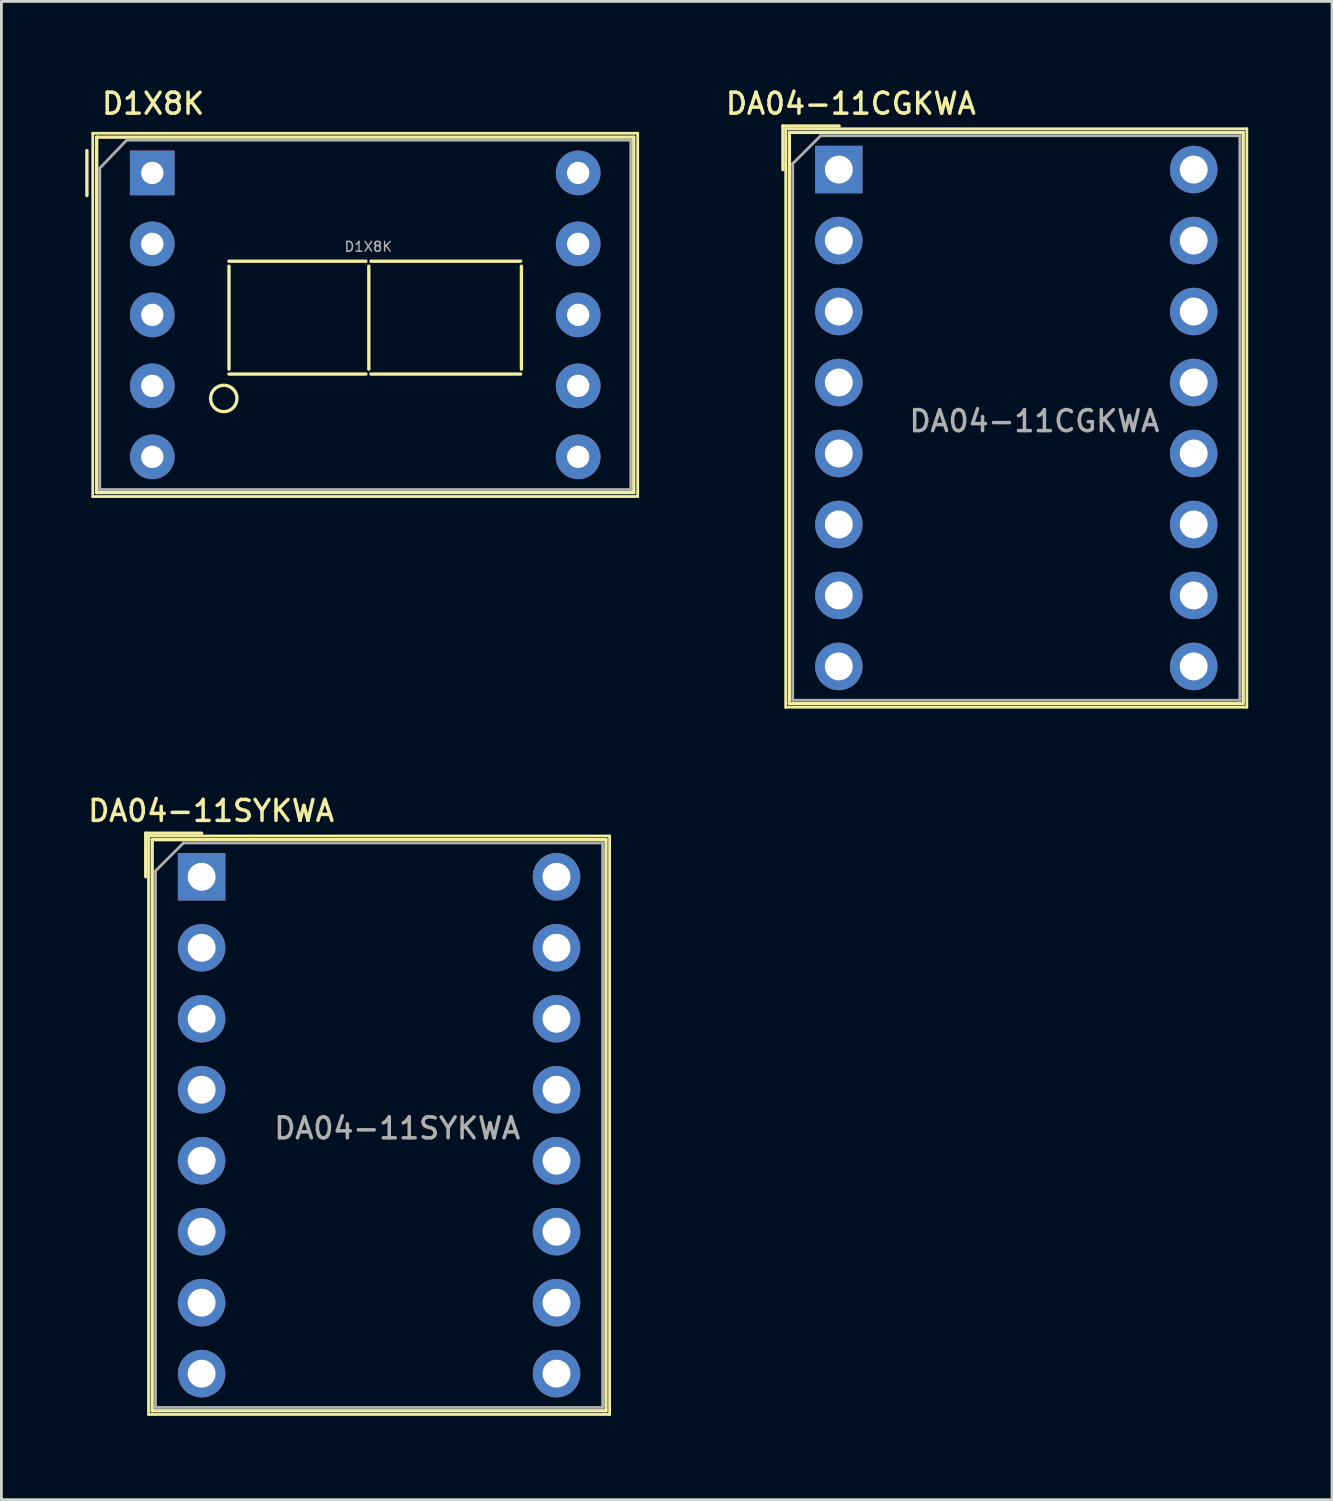
<source format=kicad_pcb>
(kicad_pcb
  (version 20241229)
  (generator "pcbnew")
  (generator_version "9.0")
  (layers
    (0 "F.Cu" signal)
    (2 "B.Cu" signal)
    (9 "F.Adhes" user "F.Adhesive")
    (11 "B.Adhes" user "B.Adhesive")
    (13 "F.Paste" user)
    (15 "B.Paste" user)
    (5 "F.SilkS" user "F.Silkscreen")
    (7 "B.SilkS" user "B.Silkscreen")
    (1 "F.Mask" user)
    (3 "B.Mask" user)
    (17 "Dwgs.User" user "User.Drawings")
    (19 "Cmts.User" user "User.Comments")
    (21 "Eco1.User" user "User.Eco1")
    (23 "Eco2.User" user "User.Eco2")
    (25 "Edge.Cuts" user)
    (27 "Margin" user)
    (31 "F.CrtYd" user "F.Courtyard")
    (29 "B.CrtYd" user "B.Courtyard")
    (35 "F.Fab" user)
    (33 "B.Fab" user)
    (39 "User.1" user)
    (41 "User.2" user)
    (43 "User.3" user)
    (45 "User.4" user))
  (footprint "DA04-11CGKWA"
    (layer "F.Cu")
    (at 26.967 3.018)
    (property "Reference" "DA04-11CGKWA" (at 0.43 -2.36 0) (layer "F.SilkS") (effects (font (size 0.75 0.75) (thickness 0.125))))
    (attr through_hole)
    (fp_line (start -2 -1.56) (end -2 0) (stroke (width 0.12) (type solid)) (layer "F.SilkS"))
    (fp_line (start -2 -1.56) (end 0.01 -1.56) (stroke (width 0.12) (type solid)) (layer "F.SilkS"))
    (fp_line (start -1.9 -1.46) (end 14.6 -1.46) (stroke (width 0.1) (type solid)) (layer "F.SilkS"))
    (fp_line (start -1.9 19.24) (end -1.9 -1.46) (stroke (width 0.1) (type solid)) (layer "F.SilkS"))
    (fp_line (start -1.77 -1.33) (end 14.47 -1.33) (stroke (width 0.12) (type solid)) (layer "F.SilkS"))
    (fp_line (start -1.77 19.11) (end -1.77 -1.33) (stroke (width 0.12) (type solid)) (layer "F.SilkS"))
    (fp_line (start 14.47 -1.33) (end 14.47 19.11) (stroke (width 0.12) (type solid)) (layer "F.SilkS"))
    (fp_line (start 14.47 19.11) (end -1.77 19.11) (stroke (width 0.12) (type solid)) (layer "F.SilkS"))
    (fp_line (start 14.6 -1.46) (end 14.6 19.24) (stroke (width 0.1) (type solid)) (layer "F.SilkS"))
    (fp_line (start 14.6 19.24) (end -1.9 19.24) (stroke (width 0.1) (type solid)) (layer "F.SilkS"))
    (fp_line (start -1.65 -0.21) (end -0.65 -1.21) (stroke (width 0.1) (type solid)) (layer "F.Fab"))
    (fp_line (start -1.65 18.99) (end -1.65 -0.21) (stroke (width 0.1) (type solid)) (layer "F.Fab"))
    (fp_line (start -0.65 -1.21) (end 14.35 -1.21) (stroke (width 0.1) (type solid)) (layer "F.Fab"))
    (fp_line (start 14.35 -1.21) (end 14.35 18.99) (stroke (width 0.1) (type solid)) (layer "F.Fab"))
    (fp_line (start 14.35 18.99) (end -1.65 18.99) (stroke (width 0.1) (type solid)) (layer "F.Fab"))
    (fp_text user "${REFERENCE}" (at 7 9 0) (layer "F.Fab") (effects (font (size 0.75 0.75) (thickness 0.125))))
    (pad "1" thru_hole rect (at 0 0) (size 1.7 1.7) (drill 1) (layers "*.Cu" "*.Mask"))
    (pad "2" thru_hole circle (at 0 2.54) (size 1.7 1.7) (drill 1) (layers "*.Cu" "*.Mask"))
    (pad "3" thru_hole circle (at 0 5.08) (size 1.7 1.7) (drill 1) (layers "*.Cu" "*.Mask"))
    (pad "4" thru_hole circle (at 0 7.62) (size 1.7 1.7) (drill 1) (layers "*.Cu" "*.Mask"))
    (pad "5" thru_hole circle (at 0 10.16) (size 1.7 1.7) (drill 1) (layers "*.Cu" "*.Mask"))
    (pad "6" thru_hole circle (at 0 12.7) (size 1.7 1.7) (drill 1) (layers "*.Cu" "*.Mask"))
    (pad "7" thru_hole circle (at 0 15.24) (size 1.7 1.7) (drill 1) (layers "*.Cu" "*.Mask"))
    (pad "8" thru_hole circle (at 0 17.78) (size 1.7 1.7) (drill 1) (layers "*.Cu" "*.Mask"))
    (pad "9" thru_hole circle (at 12.7 17.78) (size 1.7 1.7) (drill 1) (layers "*.Cu" "*.Mask"))
    (pad "10" thru_hole circle (at 12.7 15.24) (size 1.7 1.7) (drill 1) (layers "*.Cu" "*.Mask"))
    (pad "11" thru_hole circle (at 12.7 12.7) (size 1.7 1.7) (drill 1) (layers "*.Cu" "*.Mask"))
    (pad "12" thru_hole circle (at 12.7 10.16) (size 1.7 1.7) (drill 1) (layers "*.Cu" "*.Mask"))
    (pad "13" thru_hole circle (at 12.7 7.62) (size 1.7 1.7) (drill 1) (layers "*.Cu" "*.Mask"))
    (pad "14" thru_hole circle (at 12.7 5.08) (size 1.7 1.7) (drill 1) (layers "*.Cu" "*.Mask"))
    (pad "15" thru_hole circle (at 12.7 2.54) (size 1.7 1.7) (drill 1) (layers "*.Cu" "*.Mask"))
    (pad "16" thru_hole circle (at 12.7 0) (size 1.7 1.7) (drill 1) (layers "*.Cu" "*.Mask")))
  (footprint "D1X8K"
    (layer "F.Cu")
    (at 2.4 3.138)
    (property "Reference" "D1X8K" (at 0.03 -2.48 0) (layer "F.SilkS") (effects (font (size 0.75 0.75) (thickness 0.125))))
    (attr through_hole)
    (fp_line (start -2.34 -0.8) (end -2.34 0.81) (stroke (width 0.12) (type solid)) (layer "F.SilkS"))
    (fp_line (start -2.13 -1.42) (end -2.13 11.58) (stroke (width 0.1) (type solid)) (layer "F.SilkS"))
    (fp_line (start -1.99 -1.28) (end -1.99 11.44) (stroke (width 0.12) (type solid)) (layer "F.SilkS"))
    (fp_line (start 2.744 3.337) (end 2.744 7.02) (stroke (width 0.12) (type solid)) (layer "F.SilkS"))
    (fp_line (start 7.646 3.159) (end 2.744 3.159) (stroke (width 0.12) (type solid)) (layer "F.SilkS"))
    (fp_line (start 7.646 7.198) (end 2.744 7.198) (stroke (width 0.12) (type solid)) (layer "F.SilkS"))
    (fp_line (start 7.748 3.337) (end 7.748 7.02) (stroke (width 0.12) (type solid)) (layer "F.SilkS"))
    (fp_line (start 13.183 3.159) (end 7.824 3.159) (stroke (width 0.12) (type solid)) (layer "F.SilkS"))
    (fp_line (start 13.183 7.198) (end 7.824 7.198) (stroke (width 0.12) (type solid)) (layer "F.SilkS"))
    (fp_line (start 13.209 3.337) (end 13.209 7.02) (stroke (width 0.12) (type solid)) (layer "F.SilkS"))
    (fp_line (start 17.23 -1.28) (end -1.99 -1.28) (stroke (width 0.12) (type solid)) (layer "F.SilkS"))
    (fp_line (start 17.23 -1.28) (end 17.23 11.44) (stroke (width 0.12) (type solid)) (layer "F.SilkS"))
    (fp_line (start 17.23 11.44) (end -1.99 11.44) (stroke (width 0.12) (type solid)) (layer "F.SilkS"))
    (fp_line (start 17.37 -1.42) (end -2.13 -1.42) (stroke (width 0.1) (type solid)) (layer "F.SilkS"))
    (fp_line (start 17.37 -1.42) (end 17.37 11.58) (stroke (width 0.1) (type solid)) (layer "F.SilkS"))
    (fp_line (start 17.37 11.58) (end -2.13 11.58) (stroke (width 0.1) (type solid)) (layer "F.SilkS"))
    (fp_circle (center 2.558 8.07) (end 2.837 7.689) (stroke (width 0.12) (type solid)) (fill no) (layer "F.SilkS"))
    (fp_line (start -1.88 -0.17) (end -1.88 11.33) (stroke (width 0.1) (type solid)) (layer "F.Fab"))
    (fp_line (start -0.92 -1.17) (end -1.88 -0.17) (stroke (width 0.1) (type solid)) (layer "F.Fab"))
    (fp_line (start 17.12 -1.17) (end -0.92 -1.17) (stroke (width 0.1) (type solid)) (layer "F.Fab"))
    (fp_line (start 17.12 -1.17) (end 17.12 11.33) (stroke (width 0.1) (type solid)) (layer "F.Fab"))
    (fp_line (start 17.12 11.33) (end -1.88 11.33) (stroke (width 0.1) (type solid)) (layer "F.Fab"))
    (fp_text user "${REFERENCE}" (at 7.73 2.64 0) (layer "F.Fab") (effects (font (size 0.35 0.35) (thickness 0.052))))
    (pad "1" thru_hole rect (at 0 0 270) (size 1.6 1.6) (drill 0.8) (layers "*.Cu" "*.Mask"))
    (pad "2" thru_hole circle (at 0 2.54 270) (size 1.6 1.6) (drill 0.8) (layers "*.Cu" "*.Mask"))
    (pad "3" thru_hole circle (at 0 5.08 270) (size 1.6 1.6) (drill 0.8) (layers "*.Cu" "*.Mask"))
    (pad "4" thru_hole circle (at 0 7.62 270) (size 1.6 1.6) (drill 0.8) (layers "*.Cu" "*.Mask"))
    (pad "5" thru_hole circle (at 0 10.16 270) (size 1.6 1.6) (drill 0.8) (layers "*.Cu" "*.Mask"))
    (pad "6" thru_hole circle (at 15.24 10.16 270) (size 1.6 1.6) (drill 0.8) (layers "*.Cu" "*.Mask"))
    (pad "7" thru_hole circle (at 15.24 7.62 270) (size 1.6 1.6) (drill 0.8) (layers "*.Cu" "*.Mask"))
    (pad "8" thru_hole circle (at 15.24 5.08 270) (size 1.6 1.6) (drill 0.8) (layers "*.Cu" "*.Mask"))
    (pad "9" thru_hole circle (at 15.24 2.54 270) (size 1.6 1.6) (drill 0.8) (layers "*.Cu" "*.Mask"))
    (pad "10" thru_hole circle (at 15.24 0 270) (size 1.6 1.6) (drill 0.8) (layers "*.Cu" "*.Mask")))
  (footprint "DA04-11SYKWA"
    (layer "F.Cu")
    (at 4.165 28.326)
    (property "Reference" "DA04-11SYKWA" (at 0.34 -2.36 0) (layer "F.SilkS") (effects (font (size 0.75 0.75) (thickness 0.125))))
    (attr through_hole)
    (fp_line (start -2 -1.56) (end -2 0) (stroke (width 0.12) (type solid)) (layer "F.SilkS"))
    (fp_line (start -2 -1.56) (end 0 -1.56) (stroke (width 0.12) (type solid)) (layer "F.SilkS"))
    (fp_line (start -1.9 -1.46) (end 14.6 -1.46) (stroke (width 0.1) (type solid)) (layer "F.SilkS"))
    (fp_line (start -1.9 19.24) (end -1.9 -1.46) (stroke (width 0.1) (type solid)) (layer "F.SilkS"))
    (fp_line (start -1.77 -1.33) (end 14.47 -1.33) (stroke (width 0.12) (type solid)) (layer "F.SilkS"))
    (fp_line (start -1.77 19.11) (end -1.77 -1.33) (stroke (width 0.12) (type solid)) (layer "F.SilkS"))
    (fp_line (start 14.47 -1.33) (end 14.47 19.11) (stroke (width 0.12) (type solid)) (layer "F.SilkS"))
    (fp_line (start 14.47 19.11) (end -1.77 19.11) (stroke (width 0.12) (type solid)) (layer "F.SilkS"))
    (fp_line (start 14.6 -1.46) (end 14.6 19.24) (stroke (width 0.1) (type solid)) (layer "F.SilkS"))
    (fp_line (start 14.6 19.24) (end -1.9 19.24) (stroke (width 0.1) (type solid)) (layer "F.SilkS"))
    (fp_line (start -1.65 -0.21) (end -0.65 -1.21) (stroke (width 0.1) (type solid)) (layer "F.Fab"))
    (fp_line (start -1.65 18.99) (end -1.65 -0.21) (stroke (width 0.1) (type solid)) (layer "F.Fab"))
    (fp_line (start -0.65 -1.21) (end 14.35 -1.21) (stroke (width 0.1) (type solid)) (layer "F.Fab"))
    (fp_line (start 14.35 -1.21) (end 14.35 18.99) (stroke (width 0.1) (type solid)) (layer "F.Fab"))
    (fp_line (start 14.35 18.99) (end -1.65 18.99) (stroke (width 0.1) (type solid)) (layer "F.Fab"))
    (fp_text user "${REFERENCE}" (at 7 9 0) (layer "F.Fab") (effects (font (size 0.75 0.75) (thickness 0.125))))
    (pad "1" thru_hole rect (at 0 0) (size 1.7 1.7) (drill 1) (layers "*.Cu" "*.Mask"))
    (pad "2" thru_hole circle (at 0 2.54) (size 1.7 1.7) (drill 1) (layers "*.Cu" "*.Mask"))
    (pad "3" thru_hole circle (at 0 5.08) (size 1.7 1.7) (drill 1) (layers "*.Cu" "*.Mask"))
    (pad "4" thru_hole circle (at 0 7.62) (size 1.7 1.7) (drill 1) (layers "*.Cu" "*.Mask"))
    (pad "5" thru_hole circle (at 0 10.16) (size 1.7 1.7) (drill 1) (layers "*.Cu" "*.Mask"))
    (pad "6" thru_hole circle (at 0 12.7) (size 1.7 1.7) (drill 1) (layers "*.Cu" "*.Mask"))
    (pad "7" thru_hole circle (at 0 15.24) (size 1.7 1.7) (drill 1) (layers "*.Cu" "*.Mask"))
    (pad "8" thru_hole circle (at 0 17.78) (size 1.7 1.7) (drill 1) (layers "*.Cu" "*.Mask"))
    (pad "9" thru_hole circle (at 12.7 17.78) (size 1.7 1.7) (drill 1) (layers "*.Cu" "*.Mask"))
    (pad "10" thru_hole circle (at 12.7 15.24) (size 1.7 1.7) (drill 1) (layers "*.Cu" "*.Mask"))
    (pad "11" thru_hole circle (at 12.7 12.7) (size 1.7 1.7) (drill 1) (layers "*.Cu" "*.Mask"))
    (pad "12" thru_hole circle (at 12.7 10.16) (size 1.7 1.7) (drill 1) (layers "*.Cu" "*.Mask"))
    (pad "13" thru_hole circle (at 12.7 7.62) (size 1.7 1.7) (drill 1) (layers "*.Cu" "*.Mask"))
    (pad "14" thru_hole circle (at 12.7 5.08) (size 1.7 1.7) (drill 1) (layers "*.Cu" "*.Mask"))
    (pad "15" thru_hole circle (at 12.7 2.54) (size 1.7 1.7) (drill 1) (layers "*.Cu" "*.Mask"))
    (pad "16" thru_hole circle (at 12.7 0) (size 1.7 1.7) (drill 1) (layers "*.Cu" "*.Mask")))
  (gr_rect
    (start -3 -3)
    (end 44.617 50.616)
    (stroke (width 0.1) (type default))
    (fill no)
    (layer "Edge.Cuts")))
</source>
